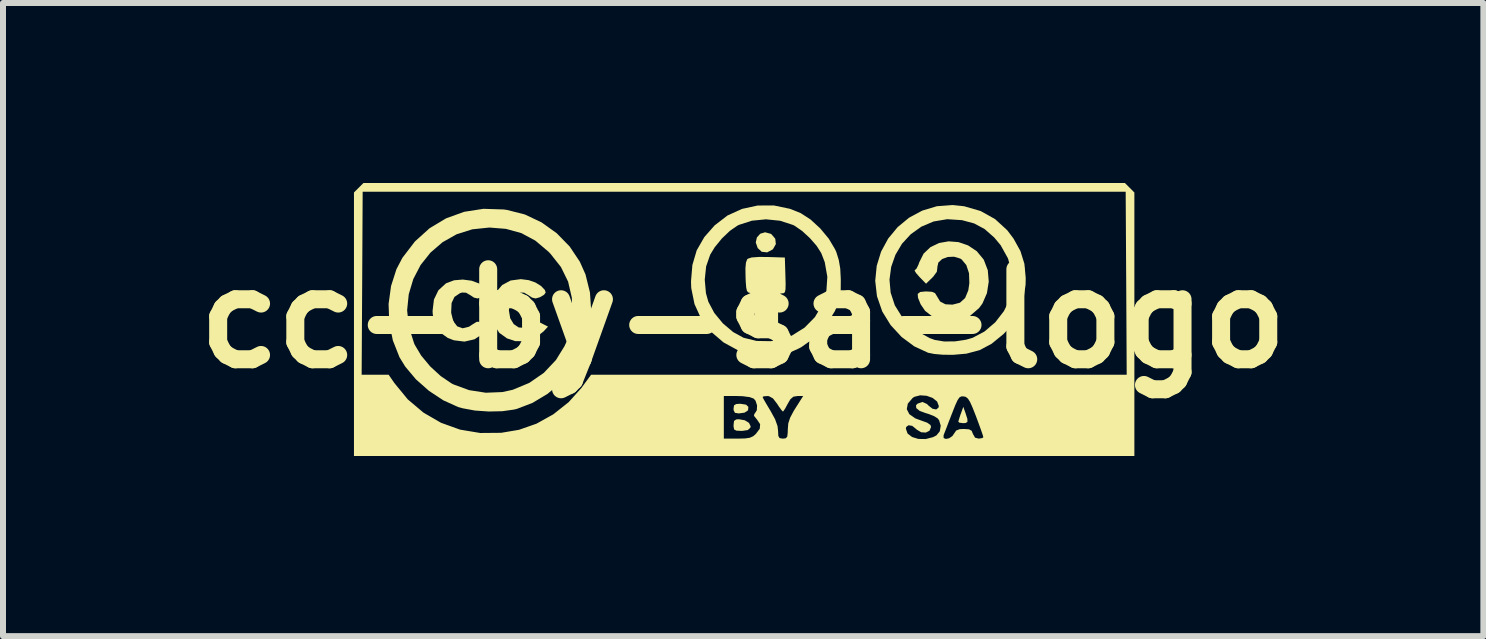
<source format=kicad_pcb>
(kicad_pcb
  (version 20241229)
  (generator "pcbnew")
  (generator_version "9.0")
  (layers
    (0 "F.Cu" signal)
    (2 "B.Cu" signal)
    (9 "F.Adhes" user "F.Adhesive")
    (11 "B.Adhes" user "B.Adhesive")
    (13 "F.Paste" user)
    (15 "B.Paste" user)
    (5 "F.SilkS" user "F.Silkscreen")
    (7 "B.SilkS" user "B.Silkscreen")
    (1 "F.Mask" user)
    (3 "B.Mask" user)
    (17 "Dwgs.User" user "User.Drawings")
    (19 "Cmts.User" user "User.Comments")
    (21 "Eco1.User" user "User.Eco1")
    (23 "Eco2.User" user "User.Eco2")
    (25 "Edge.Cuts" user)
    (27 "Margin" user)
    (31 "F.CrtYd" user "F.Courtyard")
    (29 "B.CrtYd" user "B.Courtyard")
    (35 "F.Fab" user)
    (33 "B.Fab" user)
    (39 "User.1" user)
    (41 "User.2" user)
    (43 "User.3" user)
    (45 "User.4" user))
  (footprint "cc-by-sa-logo"
    (layer "F.Cu")
    (at 9.336 2.259)
    (property "Reference" "cc-by-sa-logo" (at 0 0 0) (layer "F.SilkS") (effects (font (size 1.5 1.5) (thickness 0.3))))
    (attr board_only exclude_from_pos_files exclude_from_bom)
    (fp_poly (pts (xy 0.048 1.435) (xy 0.086 1.472) (xy 0.081 1.529) (xy 0.022 1.568) (xy -0.073 1.581) (xy -0.138 1.571) (xy -0.16 1.527) (xy -0.161 1.501) (xy -0.153 1.446) (xy -0.115 1.424) (xy -0.047 1.42)) (stroke (width 0) (type solid)) (fill yes) (layer "F.SilkS"))
    (fp_poly (pts (xy 3.706 1.579) (xy 3.736 1.673) (xy 3.737 1.722) (xy 3.706 1.741) (xy 3.663 1.743) (xy 3.603 1.735) (xy 3.585 1.719) (xy 3.597 1.675) (xy 3.622 1.598) (xy 3.628 1.583) (xy 3.668 1.471)) (stroke (width 0) (type solid)) (fill yes) (layer "F.SilkS"))
    (fp_poly (pts (xy 0.458 -1.413) (xy 0.47 -1.406) (xy 0.534 -1.331) (xy 0.544 -1.241) (xy 0.496 -1.157) (xy 0.49 -1.151) (xy 0.399 -1.103) (xy 0.309 -1.113) (xy 0.242 -1.174) (xy 0.209 -1.268) (xy 0.228 -1.352) (xy 0.284 -1.414) (xy 0.365 -1.438)) (stroke (width 0) (type solid)) (fill yes) (layer "F.SilkS"))
    (fp_poly (pts (xy 0.026 1.695) (xy 0.096 1.738) (xy 0.124 1.795) (xy 0.119 1.819) (xy 0.077 1.858) (xy -0.016 1.872) (xy -0.031 1.872) (xy -0.114 1.868) (xy -0.152 1.848) (xy -0.161 1.797) (xy -0.161 1.775) (xy -0.153 1.706) (xy -0.116 1.681) (xy -0.071 1.678)) (stroke (width 0) (type solid)) (fill yes) (layer "F.SilkS"))
    (fp_poly (pts (xy 0.408 -1.026) (xy 0.694 -1.017) (xy 0.703 -0.718) (xy 0.707 -0.578) (xy 0.705 -0.49) (xy 0.696 -0.443) (xy 0.677 -0.423) (xy 0.647 -0.42) (xy 0.615 -0.415) (xy 0.596 -0.393) (xy 0.586 -0.341) (xy 0.582 -0.248) (xy 0.581 -0.129) (xy 0.581 0.161) (xy 0.387 0.161) (xy 0.194 0.161) (xy 0.194 -0.127) (xy 0.193 -0.264) (xy 0.188 -0.35) (xy 0.176 -0.397) (xy 0.153 -0.418) (xy 0.121 -0.425) (xy 0.085 -0.435) (xy 0.062 -0.461) (xy 0.05 -0.517) (xy 0.042 -0.617) (xy 0.039 -0.697) (xy 0.037 -0.841) (xy 0.046 -0.933) (xy 0.065 -0.985) (xy 0.076 -0.997) (xy 0.14 -1.018) (xy 0.263 -1.027)) (stroke (width 0) (type solid)) (fill yes) (layer "F.SilkS"))
    (fp_poly (pts (xy -3.574 -0.64) (xy -3.463 -0.601) (xy -3.368 -0.542) (xy -3.306 -0.477) (xy -3.292 -0.434) (xy -3.319 -0.396) (xy -3.384 -0.357) (xy -3.386 -0.356) (xy -3.459 -0.335) (xy -3.519 -0.349) (xy -3.574 -0.386) (xy -3.651 -0.431) (xy -3.717 -0.434) (xy -3.752 -0.423) (xy -3.843 -0.362) (xy -3.892 -0.261) (xy -3.905 -0.136) (xy -3.883 -0.005) (xy -3.825 0.092) (xy -3.742 0.148) (xy -3.645 0.156) (xy -3.547 0.108) (xy -3.531 0.094) (xy -3.479 0.052) (xy -3.435 0.046) (xy -3.368 0.075) (xy -3.357 0.081) (xy -3.253 0.134) (xy -3.329 0.216) (xy -3.468 0.323) (xy -3.63 0.378) (xy -3.8 0.376) (xy -3.935 0.331) (xy -4.065 0.238) (xy -4.147 0.112) (xy -4.187 -0.057) (xy -4.189 -0.081) (xy -4.18 -0.277) (xy -4.12 -0.438) (xy -4.017 -0.559) (xy -3.877 -0.634) (xy -3.706 -0.657)) (stroke (width 0) (type solid)) (fill yes) (layer "F.SilkS"))
    (fp_poly (pts (xy -4.527 -0.631) (xy -4.4 -0.584) (xy -4.31 -0.512) (xy -4.293 -0.486) (xy -4.266 -0.428) (xy -4.275 -0.395) (xy -4.331 -0.366) (xy -4.354 -0.356) (xy -4.427 -0.335) (xy -4.487 -0.349) (xy -4.542 -0.386) (xy -4.619 -0.431) (xy -4.685 -0.434) (xy -4.72 -0.423) (xy -4.812 -0.361) (xy -4.86 -0.259) (xy -4.867 -0.111) (xy -4.866 -0.091) (xy -4.832 0.044) (xy -4.766 0.13) (xy -4.676 0.162) (xy -4.57 0.136) (xy -4.509 0.096) (xy -4.441 0.054) (xy -4.381 0.054) (xy -4.343 0.069) (xy -4.276 0.115) (xy -4.269 0.169) (xy -4.321 0.239) (xy -4.333 0.25) (xy -4.479 0.346) (xy -4.646 0.384) (xy -4.822 0.362) (xy -4.923 0.323) (xy -5.055 0.229) (xy -5.138 0.1) (xy -5.174 -0.071) (xy -5.177 -0.127) (xy -5.154 -0.318) (xy -5.08 -0.471) (xy -4.957 -0.584) (xy -4.945 -0.591) (xy -4.818 -0.638) (xy -4.673 -0.65)) (stroke (width 0) (type solid)) (fill yes) (layer "F.SilkS"))
    (fp_poly (pts (xy 3.588 -1.274) (xy 3.748 -1.219) (xy 3.892 -1.123) (xy 4.007 -0.984) (xy 4.011 -0.976) (xy 4.076 -0.806) (xy 4.092 -0.616) (xy 4.062 -0.424) (xy 3.987 -0.251) (xy 3.931 -0.175) (xy 3.777 -0.042) (xy 3.601 0.031) (xy 3.402 0.043) (xy 3.321 0.033) (xy 3.164 -0.025) (xy 3.032 -0.128) (xy 2.957 -0.238) (xy 2.913 -0.346) (xy 2.908 -0.411) (xy 2.949 -0.443) (xy 3.039 -0.452) (xy 3.051 -0.452) (xy 3.146 -0.446) (xy 3.197 -0.424) (xy 3.225 -0.378) (xy 3.282 -0.284) (xy 3.37 -0.238) (xy 3.488 -0.232) (xy 3.612 -0.264) (xy 3.698 -0.342) (xy 3.751 -0.469) (xy 3.769 -0.59) (xy 3.763 -0.756) (xy 3.718 -0.892) (xy 3.64 -0.985) (xy 3.617 -1) (xy 3.513 -1.031) (xy 3.407 -1.026) (xy 3.314 -0.991) (xy 3.252 -0.933) (xy 3.235 -0.858) (xy 3.236 -0.853) (xy 3.227 -0.78) (xy 3.166 -0.697) (xy 3.148 -0.679) (xy 3.047 -0.581) (xy 2.937 -0.694) (xy 2.881 -0.758) (xy 2.856 -0.799) (xy 2.861 -0.807) (xy 2.89 -0.835) (xy 2.923 -0.904) (xy 2.932 -0.933) (xy 3.006 -1.082) (xy 3.12 -1.19) (xy 3.263 -1.259) (xy 3.423 -1.287)) (stroke (width 0) (type solid)) (fill yes) (layer "F.SilkS"))
    (fp_poly (pts (xy 3.681 -1.872) (xy 3.957 -1.792) (xy 4.197 -1.658) (xy 4.4 -1.472) (xy 4.505 -1.333) (xy 4.62 -1.125) (xy 4.686 -0.913) (xy 4.708 -0.677) (xy 4.706 -0.567) (xy 4.668 -0.293) (xy 4.579 -0.054) (xy 4.434 0.157) (xy 4.337 0.259) (xy 4.14 0.42) (xy 3.941 0.526) (xy 3.72 0.585) (xy 3.502 0.604) (xy 3.331 0.603) (xy 3.183 0.59) (xy 3.082 0.57) (xy 2.852 0.464) (xy 2.639 0.306) (xy 2.457 0.109) (xy 2.32 -0.113) (xy 2.318 -0.116) (xy 2.229 -0.373) (xy 2.2 -0.63) (xy 2.202 -0.648) (xy 2.438 -0.648) (xy 2.457 -0.432) (xy 2.527 -0.22) (xy 2.652 -0.019) (xy 2.721 0.059) (xy 2.904 0.213) (xy 3.109 0.326) (xy 3.195 0.357) (xy 3.349 0.382) (xy 3.531 0.38) (xy 3.715 0.352) (xy 3.825 0.32) (xy 4.022 0.215) (xy 4.201 0.062) (xy 4.344 -0.123) (xy 4.419 -0.274) (xy 4.48 -0.52) (xy 4.477 -0.765) (xy 4.413 -1.002) (xy 4.29 -1.223) (xy 4.184 -1.35) (xy 4.023 -1.492) (xy 3.85 -1.585) (xy 3.646 -1.64) (xy 3.4 -1.656) (xy 3.173 -1.618) (xy 2.97 -1.532) (xy 2.793 -1.406) (xy 2.647 -1.248) (xy 2.537 -1.063) (xy 2.466 -0.861) (xy 2.438 -0.648) (xy 2.202 -0.648) (xy 2.225 -0.879) (xy 2.298 -1.116) (xy 2.416 -1.333) (xy 2.573 -1.523) (xy 2.764 -1.681) (xy 2.984 -1.799) (xy 3.227 -1.872) (xy 3.49 -1.892)) (stroke (width 0) (type solid)) (fill yes) (layer "F.SilkS"))
    (fp_poly (pts (xy -3.99 -1.818) (xy -3.936 -1.81) (xy -3.64 -1.735) (xy -3.361 -1.603) (xy -3.109 -1.423) (xy -2.893 -1.202) (xy -2.723 -0.948) (xy -2.628 -0.735) (xy -2.554 -0.435) (xy -2.533 -0.118) (xy -2.565 0.2) (xy -2.649 0.5) (xy -2.696 0.61) (xy -2.84 0.846) (xy -3.033 1.065) (xy -3.261 1.255) (xy -3.511 1.405) (xy -3.769 1.504) (xy -3.815 1.516) (xy -4.013 1.544) (xy -4.24 1.549) (xy -4.471 1.533) (xy -4.677 1.495) (xy -4.752 1.474) (xy -4.999 1.362) (xy -5.238 1.204) (xy -5.455 1.012) (xy -5.633 0.8) (xy -5.728 0.645) (xy -5.839 0.364) (xy -5.9 0.064) (xy -5.906 -0.137) (xy -5.601 -0.137) (xy -5.572 0.138) (xy -5.485 0.412) (xy -5.473 0.439) (xy -5.366 0.618) (xy -5.217 0.797) (xy -5.042 0.958) (xy -4.862 1.08) (xy -4.827 1.098) (xy -4.568 1.193) (xy -4.29 1.236) (xy -4.014 1.225) (xy -3.841 1.187) (xy -3.565 1.072) (xy -3.323 0.905) (xy -3.121 0.691) (xy -2.98 0.463) (xy -2.915 0.322) (xy -2.876 0.203) (xy -2.855 0.075) (xy -2.847 -0.045) (xy -2.856 -0.346) (xy -2.918 -0.615) (xy -3.037 -0.858) (xy -3.215 -1.083) (xy -3.244 -1.113) (xy -3.463 -1.298) (xy -3.697 -1.424) (xy -3.955 -1.495) (xy -4.23 -1.517) (xy -4.516 -1.487) (xy -4.778 -1.404) (xy -5.011 -1.272) (xy -5.212 -1.099) (xy -5.376 -0.893) (xy -5.498 -0.659) (xy -5.574 -0.405) (xy -5.601 -0.137) (xy -5.906 -0.137) (xy -5.91 -0.242) (xy -5.869 -0.542) (xy -5.779 -0.823) (xy -5.68 -1.012) (xy -5.471 -1.285) (xy -5.227 -1.505) (xy -4.952 -1.67) (xy -4.651 -1.779) (xy -4.329 -1.829)) (stroke (width 0) (type solid)) (fill yes) (layer "F.SilkS"))
    (fp_poly (pts (xy 0.779 -1.829) (xy 0.957 -1.758) (xy 1.121 -1.652) (xy 1.283 -1.503) (xy 1.426 -1.331) (xy 1.531 -1.154) (xy 1.552 -1.107) (xy 1.593 -0.975) (xy 1.617 -0.835) (xy 1.626 -0.66) (xy 1.626 -0.629) (xy 1.625 -0.48) (xy 1.615 -0.371) (xy 1.591 -0.277) (xy 1.55 -0.173) (xy 1.525 -0.12) (xy 1.381 0.115) (xy 1.19 0.319) (xy 0.966 0.478) (xy 0.913 0.505) (xy 0.81 0.551) (xy 0.711 0.579) (xy 0.596 0.596) (xy 0.441 0.605) (xy 0.421 0.605) (xy 0.264 0.608) (xy 0.15 0.602) (xy 0.057 0.584) (xy -0.037 0.552) (xy -0.07 0.538) (xy -0.326 0.399) (xy -0.537 0.219) (xy -0.701 0.003) (xy -0.812 -0.242) (xy -0.866 -0.508) (xy -0.87 -0.613) (xy -0.868 -0.647) (xy -0.641 -0.647) (xy -0.621 -0.423) (xy -0.581 -0.28) (xy -0.482 -0.094) (xy -0.338 0.081) (xy -0.166 0.226) (xy 0.006 0.32) (xy 0.223 0.373) (xy 0.459 0.377) (xy 0.691 0.331) (xy 0.807 0.286) (xy 1.023 0.151) (xy 1.194 -0.023) (xy 1.316 -0.228) (xy 1.386 -0.456) (xy 1.402 -0.696) (xy 1.359 -0.94) (xy 1.3 -1.092) (xy 1.223 -1.213) (xy 1.11 -1.342) (xy 0.98 -1.461) (xy 0.854 -1.548) (xy 0.83 -1.56) (xy 0.615 -1.63) (xy 0.38 -1.654) (xy 0.145 -1.631) (xy -0.069 -1.562) (xy -0.096 -1.549) (xy -0.223 -1.461) (xy -0.356 -1.334) (xy -0.475 -1.188) (xy -0.55 -1.065) (xy -0.618 -0.869) (xy -0.641 -0.647) (xy -0.868 -0.647) (xy -0.847 -0.893) (xy -0.775 -1.137) (xy -0.648 -1.358) (xy -0.476 -1.553) (xy -0.263 -1.717) (xy -0.021 -1.827) (xy 0.24 -1.884) (xy 0.51 -1.885)) (stroke (width 0) (type solid)) (fill yes) (layer "F.SilkS"))
    (fp_poly (pts (xy 6.44 -2.18) (xy 6.519 -2.101) (xy 6.519 0.095) (xy 6.519 2.291) (xy 0.016 2.291) (xy -6.487 2.291) (xy -6.487 0.936) (xy -6.359 0.936) (xy -6.134 0.936) (xy -5.909 0.936) (xy -5.814 1.074) (xy -5.59 1.347) (xy -5.328 1.568) (xy -5.036 1.737) (xy -4.719 1.851) (xy -4.383 1.907) (xy -4.034 1.904) (xy -3.737 1.854) (xy -3.445 1.752) (xy -3.165 1.596) (xy -2.91 1.394) (xy -2.817 1.291) (xy -0.323 1.291) (xy -0.323 1.646) (xy -0.323 2.001) (xy -0.095 2.001) (xy 0.03 1.998) (xy 0.111 1.986) (xy 0.168 1.96) (xy 0.211 1.922) (xy 0.276 1.836) (xy 0.282 1.76) (xy 0.228 1.68) (xy 0.222 1.674) (xy 0.179 1.62) (xy 0.187 1.586) (xy 0.194 1.581) (xy 0.227 1.528) (xy 0.231 1.447) (xy 0.206 1.37) (xy 0.175 1.334) (xy 0.107 1.309) (xy 0.088 1.307) (xy 0.323 1.307) (xy 0.338 1.34) (xy 0.38 1.413) (xy 0.439 1.512) (xy 0.452 1.533) (xy 0.531 1.677) (xy 0.572 1.792) (xy 0.581 1.872) (xy 0.585 1.955) (xy 0.606 1.992) (xy 0.655 2.001) (xy 0.662 2.001) (xy 0.71 1.995) (xy 0.734 1.967) (xy 0.742 1.9) (xy 0.743 1.848) (xy 0.744 1.836) (xy 2.711 1.836) (xy 2.739 1.916) (xy 2.814 1.974) (xy 2.919 2.006) (xy 3.041 2.008) (xy 3.162 1.977) (xy 3.219 1.948) (xy 3.222 1.945) (xy 3.339 1.945) (xy 3.34 1.991) (xy 3.377 2.006) (xy 3.432 1.995) (xy 3.486 1.958) (xy 3.512 1.92) (xy 3.549 1.866) (xy 3.609 1.843) (xy 3.678 1.84) (xy 3.764 1.846) (xy 3.808 1.871) (xy 3.827 1.92) (xy 3.864 1.985) (xy 3.925 2.001) (xy 3.984 1.992) (xy 4.002 1.977) (xy 3.991 1.938) (xy 3.962 1.853) (xy 3.919 1.735) (xy 3.88 1.63) (xy 3.823 1.485) (xy 3.78 1.389) (xy 3.745 1.334) (xy 3.71 1.306) (xy 3.675 1.297) (xy 3.635 1.297) (xy 3.603 1.315) (xy 3.572 1.361) (xy 3.533 1.446) (xy 3.48 1.581) (xy 3.477 1.588) (xy 3.425 1.722) (xy 3.381 1.838) (xy 3.349 1.919) (xy 3.339 1.945) (xy 3.222 1.945) (xy 3.276 1.879) (xy 3.292 1.785) (xy 3.264 1.694) (xy 3.241 1.664) (xy 3.179 1.625) (xy 3.084 1.588) (xy 3.045 1.577) (xy 2.941 1.539) (xy 2.884 1.492) (xy 2.88 1.444) (xy 2.908 1.417) (xy 2.989 1.39) (xy 3.062 1.424) (xy 3.09 1.452) (xy 3.155 1.503) (xy 3.216 1.515) (xy 3.254 1.485) (xy 3.26 1.457) (xy 3.231 1.382) (xy 3.157 1.323) (xy 3.057 1.287) (xy 2.95 1.279) (xy 2.853 1.304) (xy 2.823 1.324) (xy 2.743 1.418) (xy 2.726 1.51) (xy 2.769 1.594) (xy 2.869 1.664) (xy 2.959 1.697) (xy 3.066 1.735) (xy 3.12 1.773) (xy 3.131 1.806) (xy 3.105 1.869) (xy 3.044 1.9) (xy 2.966 1.895) (xy 2.892 1.851) (xy 2.881 1.84) (xy 2.816 1.788) (xy 2.755 1.778) (xy 2.716 1.807) (xy 2.711 1.836) (xy 0.744 1.836) (xy 0.751 1.747) (xy 0.782 1.652) (xy 0.842 1.539) (xy 0.871 1.493) (xy 0.999 1.291) (xy 0.904 1.291) (xy 0.836 1.302) (xy 0.786 1.345) (xy 0.742 1.42) (xy 0.7 1.498) (xy 0.669 1.544) (xy 0.661 1.549) (xy 0.637 1.524) (xy 0.592 1.462) (xy 0.565 1.42) (xy 0.496 1.331) (xy 0.43 1.294) (xy 0.403 1.291) (xy 0.342 1.296) (xy 0.323 1.307) (xy 0.088 1.307) (xy -0.008 1.294) (xy -0.103 1.291) (xy -0.323 1.291) (xy -2.817 1.291) (xy -2.696 1.156) (xy -2.68 1.134) (xy -2.535 0.936) (xy 1.928 0.936) (xy 6.391 0.936) (xy 6.383 -0.589) (xy 6.374 -2.114) (xy 0.016 -2.114) (xy -6.342 -2.114) (xy -6.35 -0.589) (xy -6.359 0.936) (xy -6.487 0.936) (xy -6.487 0.095) (xy -6.487 -2.101) (xy -6.408 -2.18) (xy -6.329 -2.259) (xy 0.016 -2.259) (xy 6.361 -2.259)) (stroke (width 0) (type solid)) (fill yes) (layer "F.SilkS")))
  (gr_rect
    (start -3 -3)
    (end 21.671 7.551)
    (stroke (width 0.1) (type default))
    (fill no)
    (layer "Edge.Cuts")))
</source>
